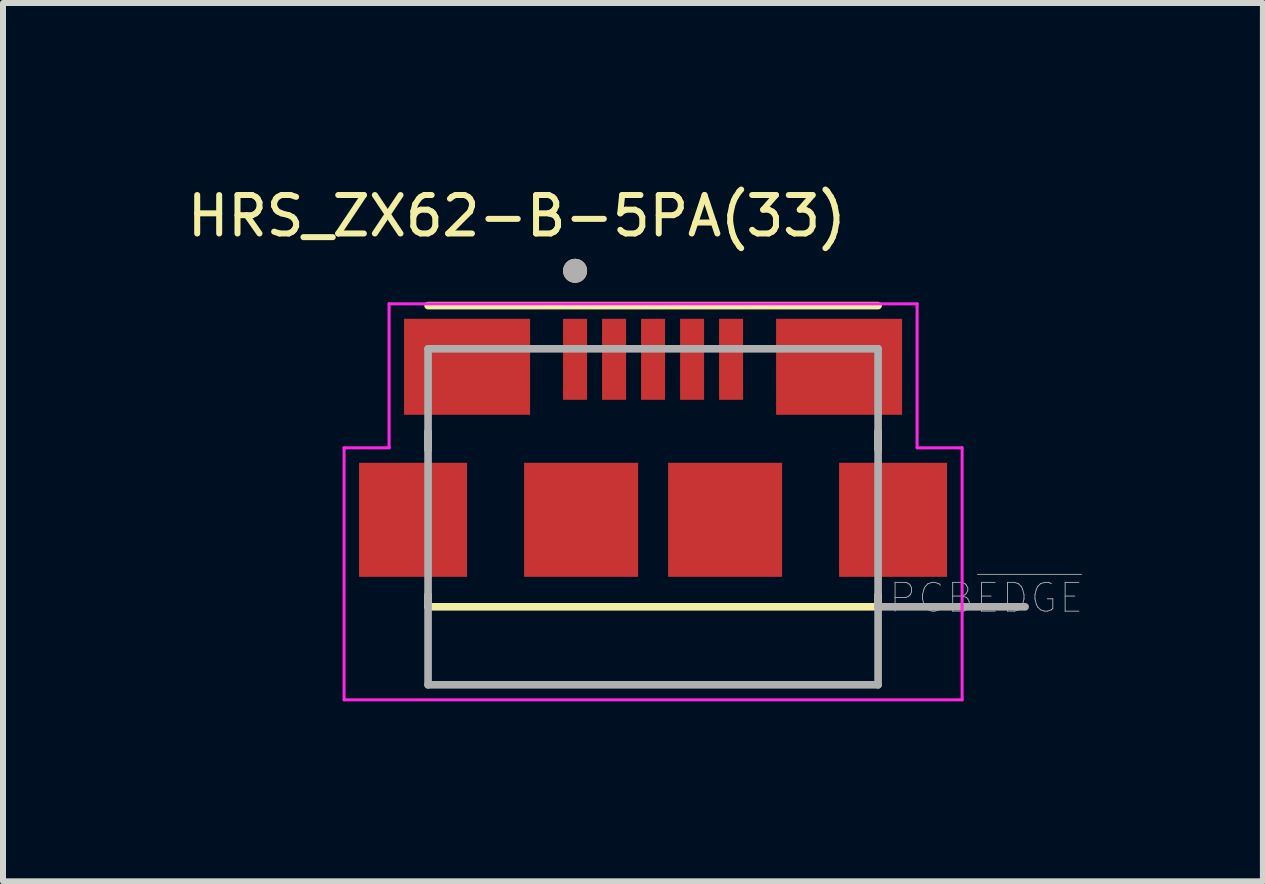
<source format=kicad_pcb>
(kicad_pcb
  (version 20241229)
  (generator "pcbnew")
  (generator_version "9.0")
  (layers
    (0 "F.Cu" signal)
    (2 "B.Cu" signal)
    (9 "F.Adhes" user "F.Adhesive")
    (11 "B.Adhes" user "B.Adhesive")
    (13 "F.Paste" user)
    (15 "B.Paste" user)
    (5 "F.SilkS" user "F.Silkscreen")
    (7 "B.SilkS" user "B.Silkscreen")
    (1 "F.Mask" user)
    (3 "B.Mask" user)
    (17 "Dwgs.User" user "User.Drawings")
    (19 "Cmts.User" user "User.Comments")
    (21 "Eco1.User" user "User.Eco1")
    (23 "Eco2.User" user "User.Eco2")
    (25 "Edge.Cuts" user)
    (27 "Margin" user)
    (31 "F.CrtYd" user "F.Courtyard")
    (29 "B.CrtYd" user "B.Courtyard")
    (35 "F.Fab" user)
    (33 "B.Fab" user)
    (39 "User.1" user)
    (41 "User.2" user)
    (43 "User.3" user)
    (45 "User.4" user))
  (footprint "HRS_ZX62-B-5PA(33)"
    (layer "F.Cu")
    (at 7.834 5.613)
    (property "Reference" "HRS_ZX62-B-5PA(33)" (at -2.271 -5.063 0) (layer "F.SilkS") (effects (font (size 0.641 0.641) (thickness 0.1))))
    (attr through_hole)
    (fp_line (start -3.75 -3.57) (end 3.75 -3.57) (stroke (width 0.127) (type solid)) (layer "F.SilkS"))
    (fp_line (start -3.75 -1.17) (end -3.75 -1.47) (stroke (width 0.127) (type solid)) (layer "F.SilkS"))
    (fp_line (start -3.75 1.25) (end -3.75 1.45) (stroke (width 0.127) (type solid)) (layer "F.SilkS"))
    (fp_line (start -3.75 1.45) (end 3.75 1.45) (stroke (width 0.127) (type solid)) (layer "F.SilkS"))
    (fp_line (start 3.75 -1.47) (end 3.75 -1.17) (stroke (width 0.127) (type solid)) (layer "F.SilkS"))
    (fp_line (start 3.75 1.45) (end 3.75 1.25) (stroke (width 0.127) (type solid)) (layer "F.SilkS"))
    (fp_circle (center -1.3 -4.15) (end -1.2 -4.15) (stroke (width 0.2) (type solid)) (fill no) (layer "F.SilkS"))
    (fp_line (start -5.15 -1.2) (end -4.4 -1.2) (stroke (width 0.05) (type solid)) (layer "F.CrtYd"))
    (fp_line (start -5.15 3) (end -5.15 -1.2) (stroke (width 0.05) (type solid)) (layer "F.CrtYd"))
    (fp_line (start -4.4 -3.6) (end 4.4 -3.6) (stroke (width 0.05) (type solid)) (layer "F.CrtYd"))
    (fp_line (start -4.4 -1.2) (end -4.4 -3.6) (stroke (width 0.05) (type solid)) (layer "F.CrtYd"))
    (fp_line (start 4.4 -3.6) (end 4.4 -1.2) (stroke (width 0.05) (type solid)) (layer "F.CrtYd"))
    (fp_line (start 4.4 -1.2) (end 5.15 -1.2) (stroke (width 0.05) (type solid)) (layer "F.CrtYd"))
    (fp_line (start 5.15 -1.2) (end 5.15 3) (stroke (width 0.05) (type solid)) (layer "F.CrtYd"))
    (fp_line (start 5.15 3) (end -5.15 3) (stroke (width 0.05) (type solid)) (layer "F.CrtYd"))
    (fp_line (start -3.75 -2.85) (end 3.75 -2.85) (stroke (width 0.127) (type solid)) (layer "F.Fab"))
    (fp_line (start -3.75 2.75) (end -3.75 -2.85) (stroke (width 0.127) (type solid)) (layer "F.Fab"))
    (fp_line (start 3.75 -2.85) (end 3.75 1.45) (stroke (width 0.127) (type solid)) (layer "F.Fab"))
    (fp_line (start 3.75 1.45) (end 3.75 2.75) (stroke (width 0.127) (type solid)) (layer "F.Fab"))
    (fp_line (start 3.75 1.45) (end 6.2 1.45) (stroke (width 0.127) (type solid)) (layer "F.Fab"))
    (fp_line (start 3.75 2.75) (end -3.75 2.75) (stroke (width 0.127) (type solid)) (layer "F.Fab"))
    (fp_circle (center -1.3 -4.15) (end -1.2 -4.15) (stroke (width 0.2) (type solid)) (fill no) (layer "F.Fab"))
    (fp_text user "PCB~{EDGE}" (at 5.553 1.301 0) (layer "F.Fab") (effects (font (size 0.48 0.48) (thickness 0.015))))
    (pad "1" smd rect (at -1.3 -2.675) (size 0.4 1.35) (layers "F.Cu" "F.Mask" "F.Paste"))
    (pad "2" smd rect (at -0.65 -2.675) (size 0.4 1.35) (layers "F.Cu" "F.Mask" "F.Paste"))
    (pad "3" smd rect (at 0 -2.675) (size 0.4 1.35) (layers "F.Cu" "F.Mask" "F.Paste"))
    (pad "4" smd rect (at 0.65 -2.675) (size 0.4 1.35) (layers "F.Cu" "F.Mask" "F.Paste"))
    (pad "5" smd rect (at 1.3 -2.675) (size 0.4 1.35) (layers "F.Cu" "F.Mask" "F.Paste"))
    (pad "6" smd rect (at -4 0) (size 1.8 1.9) (layers "F.Cu" "F.Mask" "F.Paste"))
    (pad "6" smd rect (at -3.1 -2.55) (size 2.1 1.6) (layers "F.Cu" "F.Mask" "F.Paste"))
    (pad "6" smd rect (at -1.2 0) (size 1.9 1.9) (layers "F.Cu" "F.Mask" "F.Paste"))
    (pad "6" smd rect (at 1.2 0) (size 1.9 1.9) (layers "F.Cu" "F.Mask" "F.Paste"))
    (pad "6" smd rect (at 3.1 -2.55) (size 2.1 1.6) (layers "F.Cu" "F.Mask" "F.Paste"))
    (pad "6" smd rect (at 4 0) (size 1.8 1.9) (layers "F.Cu" "F.Mask" "F.Paste")))
  (gr_rect
    (start -3 -3)
    (end 17.997 11.638)
    (stroke (width 0.1) (type default))
    (fill no)
    (layer "Edge.Cuts")))
</source>
